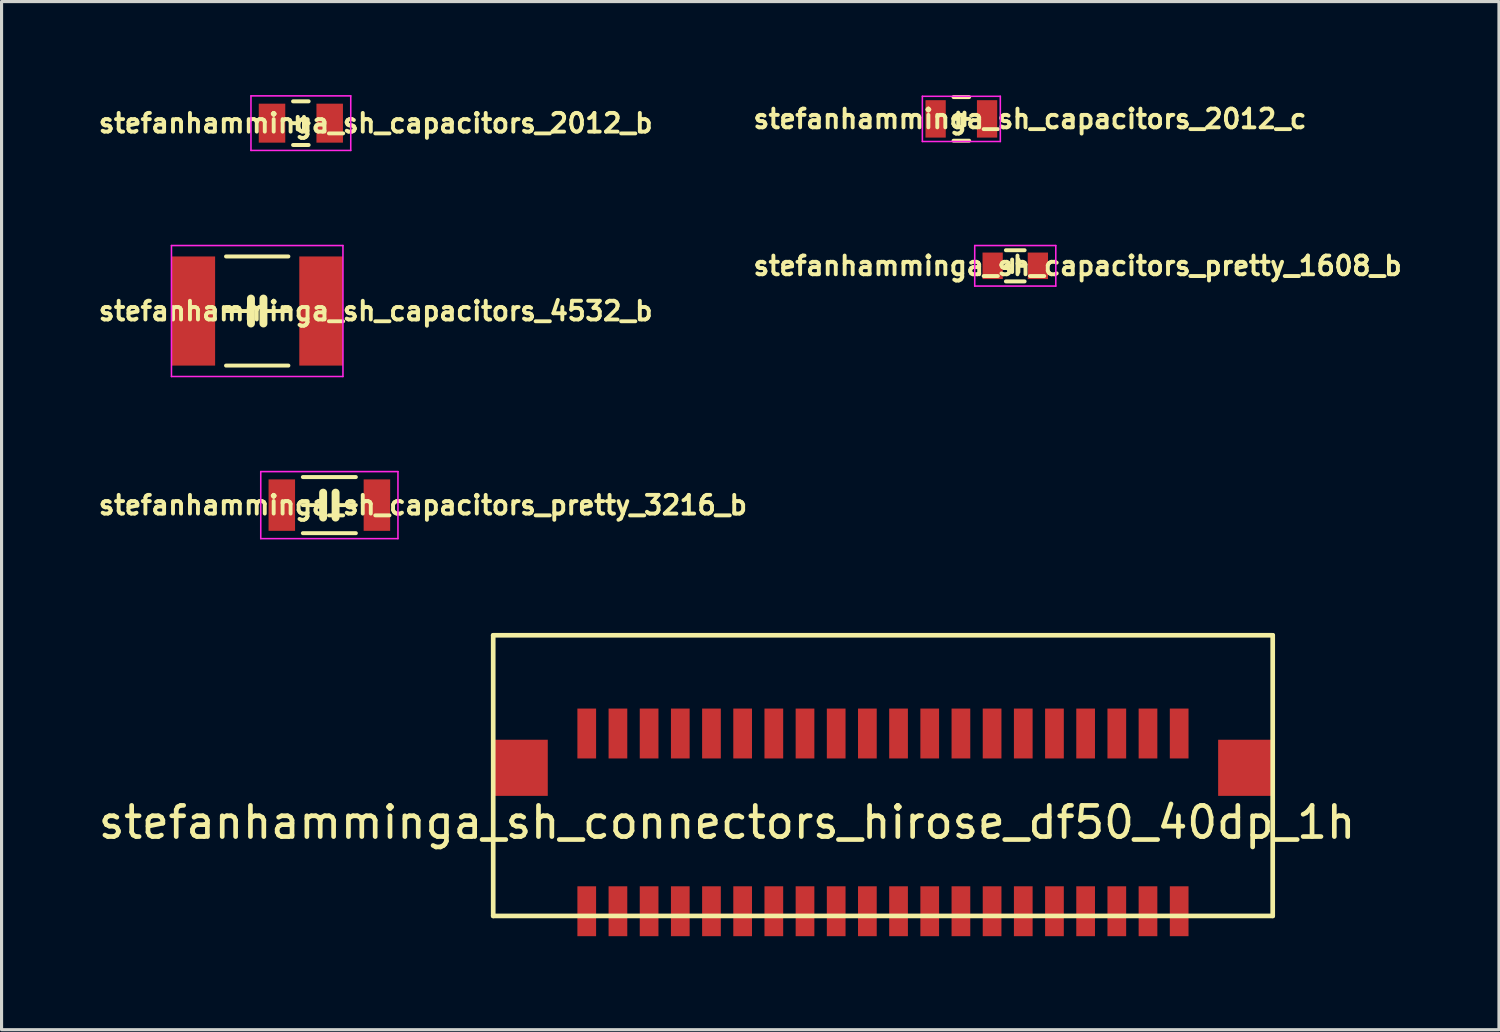
<source format=kicad_pcb>
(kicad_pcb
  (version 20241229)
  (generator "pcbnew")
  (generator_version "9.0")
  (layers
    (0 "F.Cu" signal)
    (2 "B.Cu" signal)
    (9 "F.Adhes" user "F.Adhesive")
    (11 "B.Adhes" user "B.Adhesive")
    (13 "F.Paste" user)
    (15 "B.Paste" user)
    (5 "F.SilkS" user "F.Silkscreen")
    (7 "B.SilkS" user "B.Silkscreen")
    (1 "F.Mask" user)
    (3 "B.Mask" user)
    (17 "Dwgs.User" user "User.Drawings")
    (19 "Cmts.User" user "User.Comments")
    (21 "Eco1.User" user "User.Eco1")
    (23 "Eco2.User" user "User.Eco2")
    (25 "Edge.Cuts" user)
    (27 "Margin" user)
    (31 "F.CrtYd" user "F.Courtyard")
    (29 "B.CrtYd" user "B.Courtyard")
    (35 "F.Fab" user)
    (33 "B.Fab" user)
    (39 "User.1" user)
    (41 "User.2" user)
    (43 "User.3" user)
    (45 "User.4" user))
  (footprint "stefanhamminga_sh_connectors_hirose_df50_40dp_1h"
    (layer "F.Cu")
    (at 25.268 23.325)
    (property "Reference" "stefanhamminga_sh_connectors_hirose_df50_40dp_1h" (at -5 0 0) (layer "F.SilkS") (effects (font (size 1 1) (thickness 0.15))))
    (attr smd)
    (fp_line (start -12.5 -6) (end 12.5 -6) (stroke (width 0.15) (type solid)) (layer "F.SilkS"))
    (fp_line (start -12.5 3) (end -12.5 -6) (stroke (width 0.15) (type solid)) (layer "F.SilkS"))
    (fp_line (start 12.5 -6) (end 12.5 3) (stroke (width 0.15) (type solid)) (layer "F.SilkS"))
    (fp_line (start 12.5 3) (end -12.5 3) (stroke (width 0.15) (type solid)) (layer "F.SilkS"))
    (pad "1" smd rect (at -9.5 2.85) (size 0.6 1.6) (layers "F.Cu" "F.Mask" "F.Paste"))
    (pad "2" smd rect (at -9.5 -2.85) (size 0.6 1.6) (layers "F.Cu" "F.Mask" "F.Paste"))
    (pad "3" smd rect (at -8.5 2.85) (size 0.6 1.6) (layers "F.Cu" "F.Mask" "F.Paste"))
    (pad "4" smd rect (at -8.5 -2.85) (size 0.6 1.6) (layers "F.Cu" "F.Mask" "F.Paste"))
    (pad "5" smd rect (at -7.5 2.85) (size 0.6 1.6) (layers "F.Cu" "F.Mask" "F.Paste"))
    (pad "6" smd rect (at -7.5 -2.85) (size 0.6 1.6) (layers "F.Cu" "F.Mask" "F.Paste"))
    (pad "7" smd rect (at -6.5 2.85) (size 0.6 1.6) (layers "F.Cu" "F.Mask" "F.Paste"))
    (pad "8" smd rect (at -6.5 -2.85) (size 0.6 1.6) (layers "F.Cu" "F.Mask" "F.Paste"))
    (pad "9" smd rect (at -5.5 2.85) (size 0.6 1.6) (layers "F.Cu" "F.Mask" "F.Paste"))
    (pad "10" smd rect (at -5.5 -2.85) (size 0.6 1.6) (layers "F.Cu" "F.Mask" "F.Paste"))
    (pad "11" smd rect (at -4.5 2.85) (size 0.6 1.6) (layers "F.Cu" "F.Mask" "F.Paste"))
    (pad "12" smd rect (at -4.5 -2.85) (size 0.6 1.6) (layers "F.Cu" "F.Mask" "F.Paste"))
    (pad "13" smd rect (at -3.5 2.85) (size 0.6 1.6) (layers "F.Cu" "F.Mask" "F.Paste"))
    (pad "14" smd rect (at -3.5 -2.85) (size 0.6 1.6) (layers "F.Cu" "F.Mask" "F.Paste"))
    (pad "15" smd rect (at -2.5 2.85) (size 0.6 1.6) (layers "F.Cu" "F.Mask" "F.Paste"))
    (pad "16" smd rect (at -2.5 -2.85) (size 0.6 1.6) (layers "F.Cu" "F.Mask" "F.Paste"))
    (pad "17" smd rect (at -1.5 2.85) (size 0.6 1.6) (layers "F.Cu" "F.Mask" "F.Paste"))
    (pad "18" smd rect (at -1.5 -2.85) (size 0.6 1.6) (layers "F.Cu" "F.Mask" "F.Paste"))
    (pad "19" smd rect (at -0.5 2.85) (size 0.6 1.6) (layers "F.Cu" "F.Mask" "F.Paste"))
    (pad "20" smd rect (at -0.5 -2.85) (size 0.6 1.6) (layers "F.Cu" "F.Mask" "F.Paste"))
    (pad "21" smd rect (at 0.5 2.85) (size 0.6 1.6) (layers "F.Cu" "F.Mask" "F.Paste"))
    (pad "22" smd rect (at 0.5 -2.85) (size 0.6 1.6) (layers "F.Cu" "F.Mask" "F.Paste"))
    (pad "23" smd rect (at 1.5 2.85) (size 0.6 1.6) (layers "F.Cu" "F.Mask" "F.Paste"))
    (pad "24" smd rect (at 1.5 -2.85) (size 0.6 1.6) (layers "F.Cu" "F.Mask" "F.Paste"))
    (pad "25" smd rect (at 2.5 2.85) (size 0.6 1.6) (layers "F.Cu" "F.Mask" "F.Paste"))
    (pad "26" smd rect (at 2.5 -2.85) (size 0.6 1.6) (layers "F.Cu" "F.Mask" "F.Paste"))
    (pad "27" smd rect (at 3.5 2.85) (size 0.6 1.6) (layers "F.Cu" "F.Mask" "F.Paste"))
    (pad "28" smd rect (at 3.5 -2.85) (size 0.6 1.6) (layers "F.Cu" "F.Mask" "F.Paste"))
    (pad "29" smd rect (at 4.5 2.85) (size 0.6 1.6) (layers "F.Cu" "F.Mask" "F.Paste"))
    (pad "30" smd rect (at 4.5 -2.85) (size 0.6 1.6) (layers "F.Cu" "F.Mask" "F.Paste"))
    (pad "31" smd rect (at 5.5 2.85) (size 0.6 1.6) (layers "F.Cu" "F.Mask" "F.Paste"))
    (pad "32" smd rect (at 5.5 -2.85) (size 0.6 1.6) (layers "F.Cu" "F.Mask" "F.Paste"))
    (pad "33" smd rect (at 6.5 2.85) (size 0.6 1.6) (layers "F.Cu" "F.Mask" "F.Paste"))
    (pad "34" smd rect (at 6.5 -2.85) (size 0.6 1.6) (layers "F.Cu" "F.Mask" "F.Paste"))
    (pad "35" smd rect (at 7.5 2.85) (size 0.6 1.6) (layers "F.Cu" "F.Mask" "F.Paste"))
    (pad "36" smd rect (at 7.5 -2.85) (size 0.6 1.6) (layers "F.Cu" "F.Mask" "F.Paste"))
    (pad "37" smd rect (at 8.5 2.85) (size 0.6 1.6) (layers "F.Cu" "F.Mask" "F.Paste"))
    (pad "38" smd rect (at 8.5 -2.85) (size 0.6 1.6) (layers "F.Cu" "F.Mask" "F.Paste"))
    (pad "39" smd rect (at 9.5 2.85) (size 0.6 1.6) (layers "F.Cu" "F.Mask" "F.Paste"))
    (pad "40" smd rect (at 9.5 -2.85) (size 0.6 1.6) (layers "F.Cu" "F.Mask" "F.Paste"))
    (pad "41" smd rect (at -11.625 -1.75) (size 1.75 1.8) (layers "F.Cu" "F.Mask" "F.Paste"))
    (pad "41" smd rect (at 11.625 -1.75) (size 1.75 1.8) (layers "F.Cu" "F.Mask" "F.Paste")))
  (footprint "stefanhamminga_sh_capacitors_4532_b"
    (layer "F.Cu")
    (at 5.199 6.925)
    (property "Reference" "stefanhamminga_sh_capacitors_4532_b" (at 3.8 0 0) (layer "F.SilkS") (effects (font (size 0.6 0.6) (thickness 0.125))))
    (attr smd)
    (fp_line (start -1 -1.75) (end 1 -1.75) (stroke (width 0.127) (type solid)) (layer "F.SilkS"))
    (fp_line (start -1 1.75) (end 1 1.75) (stroke (width 0.127) (type solid)) (layer "F.SilkS"))
    (fp_line (start -0.2 -0.4) (end -0.2 0.4) (stroke (width 0.254) (type solid)) (layer "F.SilkS"))
    (fp_line (start -0.2 0) (end -1 0) (stroke (width 0.127) (type solid)) (layer "F.SilkS"))
    (fp_line (start 0.2 -0.4) (end 0.2 0.4) (stroke (width 0.254) (type solid)) (layer "F.SilkS"))
    (fp_line (start 0.2 0) (end 1 0) (stroke (width 0.127) (type solid)) (layer "F.SilkS"))
    (fp_line (start -2.75 -2.1) (end -2.75 2.1) (stroke (width 0.05) (type solid)) (layer "F.CrtYd"))
    (fp_line (start -2.75 -2.1) (end 2.75 -2.1) (stroke (width 0.05) (type solid)) (layer "F.CrtYd"))
    (fp_line (start 2.75 -2.1) (end 2.75 2.1) (stroke (width 0.05) (type solid)) (layer "F.CrtYd"))
    (fp_line (start 2.75 2.1) (end -2.75 2.1) (stroke (width 0.05) (type solid)) (layer "F.CrtYd"))
    (pad "1" smd rect (at -2.05 0) (size 1.4 3.5) (layers "F.Cu" "F.Mask" "F.Paste"))
    (pad "2" smd rect (at 2.05 0) (size 1.4 3.5) (layers "F.Cu" "F.Mask" "F.Paste")))
  (footprint "stefanhamminga_sh_capacitors_pretty_3216_b"
    (layer "F.Cu")
    (at 7.513 13.15)
    (property "Reference" "stefanhamminga_sh_capacitors_pretty_3216_b" (at 3 0 0) (layer "F.SilkS") (effects (font (size 0.6 0.6) (thickness 0.125))))
    (attr smd)
    (fp_line (start -0.85 -0.9) (end 0.85 -0.9) (stroke (width 0.127) (type solid)) (layer "F.SilkS"))
    (fp_line (start -0.85 0.9) (end 0.85 0.9) (stroke (width 0.127) (type solid)) (layer "F.SilkS"))
    (fp_line (start -0.2 -0.4) (end -0.2 0.4) (stroke (width 0.254) (type solid)) (layer "F.SilkS"))
    (fp_line (start -0.2 0) (end -0.85 0) (stroke (width 0.127) (type solid)) (layer "F.SilkS"))
    (fp_line (start 0.2 -0.4) (end 0.2 0.4) (stroke (width 0.254) (type solid)) (layer "F.SilkS"))
    (fp_line (start 0.2 0) (end 0.85 0) (stroke (width 0.127) (type solid)) (layer "F.SilkS"))
    (fp_line (start -2.2 -1.075) (end -2.2 1.075) (stroke (width 0.05) (type solid)) (layer "F.CrtYd"))
    (fp_line (start -2.2 -1.075) (end 2.2 -1.075) (stroke (width 0.05) (type solid)) (layer "F.CrtYd"))
    (fp_line (start 2.2 -1.075) (end 2.2 1.075) (stroke (width 0.05) (type solid)) (layer "F.CrtYd"))
    (fp_line (start 2.2 1.075) (end -2.2 1.075) (stroke (width 0.05) (type solid)) (layer "F.CrtYd"))
    (pad "1" smd rect (at -1.525 0) (size 0.85 1.65) (layers "F.Cu" "F.Mask" "F.Paste"))
    (pad "2" smd rect (at 1.525 0) (size 0.85 1.65) (layers "F.Cu" "F.Mask" "F.Paste")))
  (footprint "stefanhamminga_sh_capacitors_2012_b"
    (layer "F.Cu")
    (at 6.599 0.9)
    (property "Reference" "stefanhamminga_sh_capacitors_2012_b" (at 2.4 0 0) (layer "F.SilkS") (effects (font (size 0.6 0.6) (thickness 0.125))))
    (attr smd)
    (fp_line (start -0.25 -0.7) (end 0.25 -0.7) (stroke (width 0.127) (type solid)) (layer "F.SilkS"))
    (fp_line (start -0.25 0.7) (end 0.25 0.7) (stroke (width 0.127) (type solid)) (layer "F.SilkS"))
    (fp_line (start -0.1 -0.2) (end -0.1 0.2) (stroke (width 0.127) (type solid)) (layer "F.SilkS"))
    (fp_line (start -0.1 0) (end -0.25 0) (stroke (width 0.127) (type solid)) (layer "F.SilkS"))
    (fp_line (start 0.1 -0.2) (end 0.1 0.2) (stroke (width 0.127) (type solid)) (layer "F.SilkS"))
    (fp_line (start 0.1 0) (end 0.25 0) (stroke (width 0.127) (type solid)) (layer "F.SilkS"))
    (fp_line (start -1.6 -0.875) (end 1.6 -0.875) (stroke (width 0.05) (type solid)) (layer "F.CrtYd"))
    (fp_line (start -1.6 0.875) (end -1.6 -0.875) (stroke (width 0.05) (type solid)) (layer "F.CrtYd"))
    (fp_line (start 1.6 -0.875) (end 1.6 0.875) (stroke (width 0.05) (type solid)) (layer "F.CrtYd"))
    (fp_line (start 1.6 0.875) (end -1.6 0.875) (stroke (width 0.05) (type solid)) (layer "F.CrtYd"))
    (pad "1" smd rect (at -0.925 0) (size 0.85 1.25) (layers "F.Cu" "F.Mask" "F.Paste"))
    (pad "2" smd rect (at 0.925 0) (size 0.85 1.25) (layers "F.Cu" "F.Mask" "F.Paste")))
  (footprint "stefanhamminga_sh_capacitors_2012_c"
    (layer "F.Cu")
    (at 27.782 0.763)
    (property "Reference" "stefanhamminga_sh_capacitors_2012_c" (at 2.2 0 0) (layer "F.SilkS") (effects (font (size 0.6 0.6) (thickness 0.125))))
    (attr smd)
    (fp_line (start -0.25 -0.7) (end 0.25 -0.7) (stroke (width 0.127) (type solid)) (layer "F.SilkS"))
    (fp_line (start -0.25 0.7) (end 0.25 0.7) (stroke (width 0.127) (type solid)) (layer "F.SilkS"))
    (fp_line (start -0.1 -0.2) (end -0.1 0.2) (stroke (width 0.127) (type solid)) (layer "F.SilkS"))
    (fp_line (start -0.1 0) (end -0.25 0) (stroke (width 0.127) (type solid)) (layer "F.SilkS"))
    (fp_line (start 0.1 -0.2) (end 0.1 0.2) (stroke (width 0.127) (type solid)) (layer "F.SilkS"))
    (fp_line (start 0.1 0) (end 0.25 0) (stroke (width 0.127) (type solid)) (layer "F.SilkS"))
    (fp_line (start -1.25 -0.725) (end 1.25 -0.725) (stroke (width 0.05) (type solid)) (layer "F.CrtYd"))
    (fp_line (start -1.25 0.725) (end -1.25 -0.725) (stroke (width 0.05) (type solid)) (layer "F.CrtYd"))
    (fp_line (start 1.25 -0.725) (end 1.25 0.725) (stroke (width 0.05) (type solid)) (layer "F.CrtYd"))
    (fp_line (start 1.25 0.725) (end -1.25 0.725) (stroke (width 0.05) (type solid)) (layer "F.CrtYd"))
    (pad "1" smd rect (at -0.825 0) (size 0.65 1.2) (layers "F.Cu" "F.Mask" "F.Paste"))
    (pad "2" smd rect (at 0.825 0) (size 0.65 1.2) (layers "F.Cu" "F.Mask" "F.Paste")))
  (footprint "stefanhamminga_sh_capacitors_pretty_1608_b"
    (layer "F.Cu")
    (at 29.511 5.475)
    (property "Reference" "stefanhamminga_sh_capacitors_pretty_1608_b" (at 2 0 0) (layer "F.SilkS") (effects (font (size 0.6 0.6) (thickness 0.125))))
    (attr smd)
    (fp_line (start -0.3 -0.5) (end 0.3 -0.5) (stroke (width 0.127) (type solid)) (layer "F.SilkS"))
    (fp_line (start -0.3 0.5) (end 0.3 0.5) (stroke (width 0.127) (type solid)) (layer "F.SilkS"))
    (fp_line (start -0.1 -0.2) (end -0.1 0.2) (stroke (width 0.127) (type solid)) (layer "F.SilkS"))
    (fp_line (start -0.1 0) (end -0.3 0) (stroke (width 0.127) (type solid)) (layer "F.SilkS"))
    (fp_line (start 0.1 -0.2) (end 0.1 0.2) (stroke (width 0.127) (type solid)) (layer "F.SilkS"))
    (fp_line (start 0.1 0) (end 0.3 0) (stroke (width 0.127) (type solid)) (layer "F.SilkS"))
    (fp_line (start -1.3 -0.65) (end 1.3 -0.65) (stroke (width 0.05) (type solid)) (layer "F.CrtYd"))
    (fp_line (start -1.3 0.65) (end -1.3 -0.65) (stroke (width 0.05) (type solid)) (layer "F.CrtYd"))
    (fp_line (start 1.3 -0.65) (end 1.3 0.65) (stroke (width 0.05) (type solid)) (layer "F.CrtYd"))
    (fp_line (start 1.3 0.65) (end -1.3 0.65) (stroke (width 0.05) (type solid)) (layer "F.CrtYd"))
    (pad "1" smd rect (at -0.725 0) (size 0.65 0.85) (layers "F.Cu" "F.Mask" "F.Paste"))
    (pad "2" smd rect (at 0.725 0) (size 0.65 0.85) (layers "F.Cu" "F.Mask" "F.Paste")))
  (gr_rect
    (start -3 -3)
    (end 45.024 29.975)
    (stroke (width 0.1) (type default))
    (fill no)
    (layer "Edge.Cuts")))
</source>
